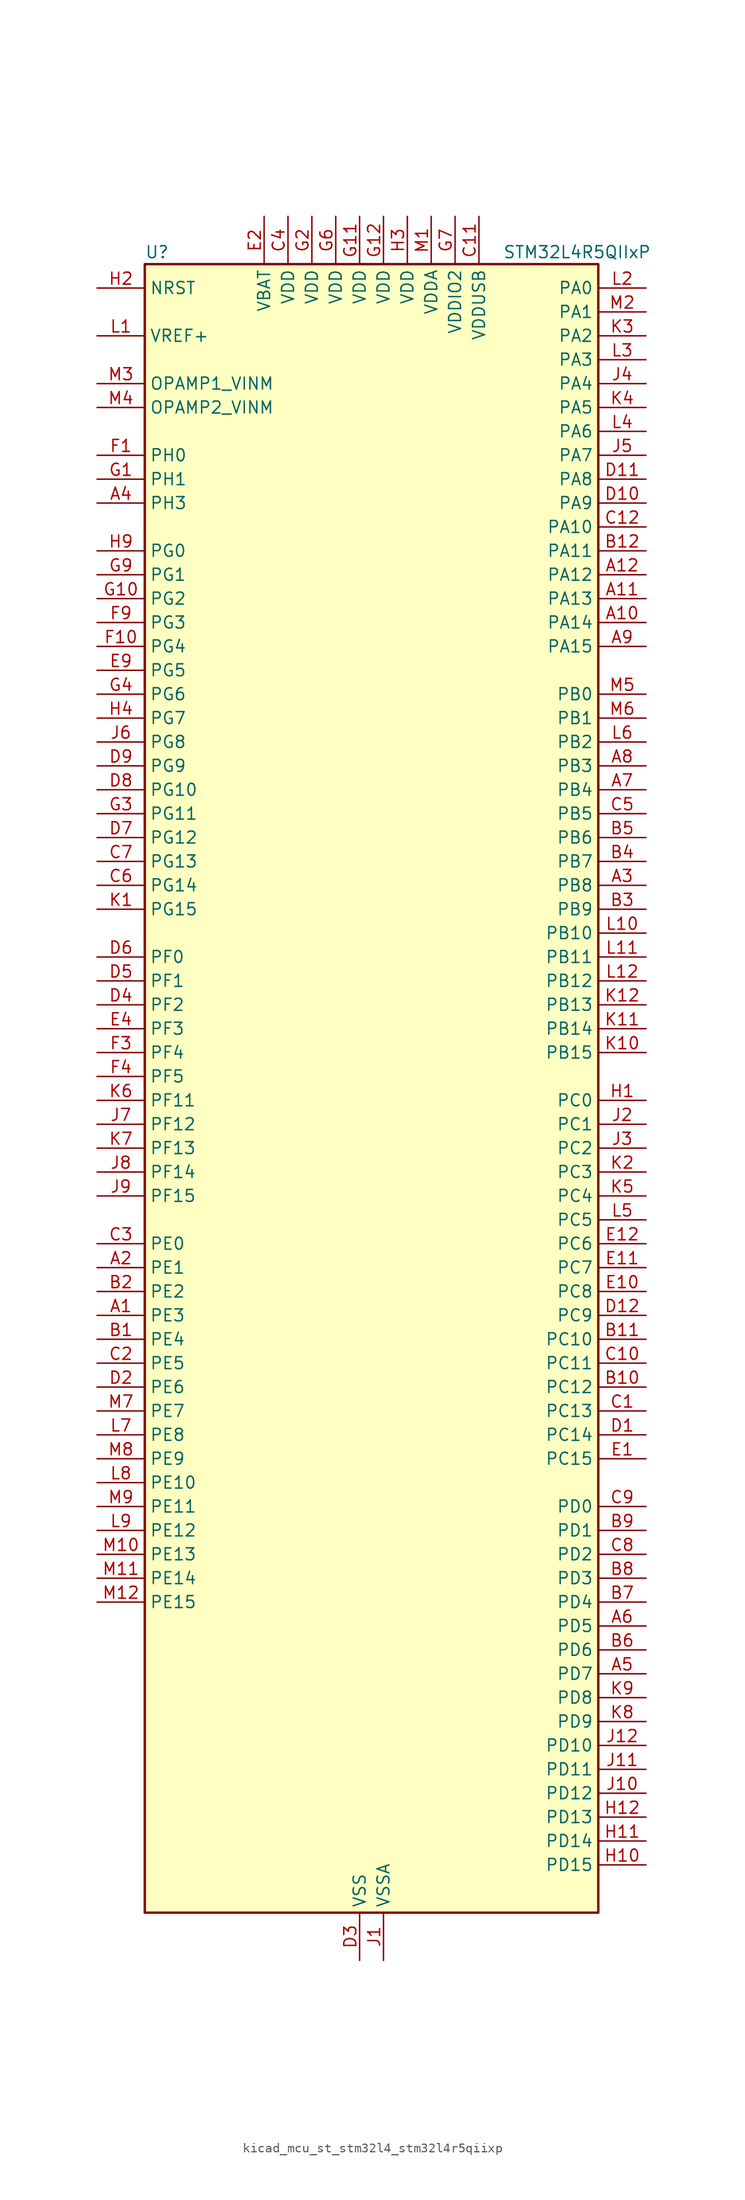
<source format=kicad_sym>
(kicad_symbol_lib
  (version 20220914)
  (generator kicad_symbol_editor)
  (symbol "kicad_mcu_st_stm32l4_stm32l4r5qiixp"
    (property "Reference" "U"
      (at -22.86 90.17 0)
      (effects (font (size 1.27 1.27)) (justify left)))
    (property "Value" "STM32L4R5QIIxP"
      (at 15.24 90.17 0)
      (effects (font (size 1.27 1.27)) (justify left)))
    (property "ki_locked" ""
      (at 0 0 0)
      (effects (font (size 1.27 1.27))))
    (symbol "kicad_mcu_st_stm32l4_stm32l4r5qiixp_0_1"
      (rectangle (start -22.86 -86.36) (end 25.4 88.9) (stroke (width 0.254) (type default)) (fill (type background))))
    (symbol "kicad_mcu_st_stm32l4_stm32l4r5qiixp_1_1"
      (pin bidirectional line (at -27.94 -22.86 0) (length 5.08) (name "PE3" (effects (font (size 1.27 1.27)))) (number "A1" (effects (font (size 1.27 1.27)))) (alternate "FMC_A19" bidirectional line) (alternate "OCTOSPIM_P1_DQS" bidirectional line) (alternate "SAI1_SD_B" bidirectional line) (alternate "SYS_TRACED0" bidirectional line) (alternate "TIM3_CH1" bidirectional line) (alternate "TSC_G7_IO2" bidirectional line))
      (pin bidirectional line (at 30.48 50.8 180) (length 5.08) (name "PA14" (effects (font (size 1.27 1.27)))) (number "A10" (effects (font (size 1.27 1.27)))) (alternate "I2C1_SMBA" bidirectional line) (alternate "I2C4_SMBA" bidirectional line) (alternate "LPTIM1_OUT" bidirectional line) (alternate "SAI1_FS_B" bidirectional line) (alternate "SYS_JTCK-SWCLK" bidirectional line) (alternate "USB_OTG_FS_SOF" bidirectional line))
      (pin bidirectional line (at 30.48 53.34 180) (length 5.08) (name "PA13" (effects (font (size 1.27 1.27)))) (number "A11" (effects (font (size 1.27 1.27)))) (alternate "IR_OUT" bidirectional line) (alternate "SAI1_SD_B" bidirectional line) (alternate "SYS_JTMS-SWDIO" bidirectional line) (alternate "USB_OTG_FS_NOE" bidirectional line))
      (pin bidirectional line (at 30.48 55.88 180) (length 5.08) (name "PA12" (effects (font (size 1.27 1.27)))) (number "A12" (effects (font (size 1.27 1.27)))) (alternate "CAN1_TX" bidirectional line) (alternate "SPI1_MOSI" bidirectional line) (alternate "TIM1_ETR" bidirectional line) (alternate "USART1_DE" bidirectional line) (alternate "USART1_RTS" bidirectional line) (alternate "USB_OTG_FS_DP" bidirectional line))
      (pin bidirectional line (at -27.94 -17.78 0) (length 5.08) (name "PE1" (effects (font (size 1.27 1.27)))) (number "A2" (effects (font (size 1.27 1.27)))) (alternate "DCMI_D3" bidirectional line) (alternate "FMC_NBL1" bidirectional line) (alternate "TIM17_CH1" bidirectional line))
      (pin bidirectional line (at 30.48 22.86 180) (length 5.08) (name "PB8" (effects (font (size 1.27 1.27)))) (number "A3" (effects (font (size 1.27 1.27)))) (alternate "CAN1_RX" bidirectional line) (alternate "DCMI_D6" bidirectional line) (alternate "DFSDM1_CKOUT" bidirectional line) (alternate "DFSDM1_DATIN6" bidirectional line) (alternate "I2C1_SCL" bidirectional line) (alternate "SAI1_CK1" bidirectional line) (alternate "SAI1_MCLK_A" bidirectional line) (alternate "SDMMC1_CKIN" bidirectional line) (alternate "SDMMC1_D4" bidirectional line) (alternate "TIM16_CH1" bidirectional line) (alternate "TIM4_CH3" bidirectional line))
      (pin bidirectional line (at -27.94 63.5 0) (length 5.08) (name "PH3" (effects (font (size 1.27 1.27)))) (number "A4" (effects (font (size 1.27 1.27)))))
      (pin bidirectional line (at 30.48 -60.96 180) (length 5.08) (name "PD7" (effects (font (size 1.27 1.27)))) (number "A5" (effects (font (size 1.27 1.27)))) (alternate "DFSDM1_CKIN1" bidirectional line) (alternate "FMC_NCE" bidirectional line) (alternate "FMC_NE1" bidirectional line) (alternate "OCTOSPIM_P1_IO7" bidirectional line) (alternate "USART2_CK" bidirectional line))
      (pin bidirectional line (at 30.48 -55.88 180) (length 5.08) (name "PD5" (effects (font (size 1.27 1.27)))) (number "A6" (effects (font (size 1.27 1.27)))) (alternate "FMC_NWE" bidirectional line) (alternate "OCTOSPIM_P1_IO5" bidirectional line) (alternate "USART2_TX" bidirectional line))
      (pin bidirectional line (at 30.48 33.02 180) (length 5.08) (name "PB4" (effects (font (size 1.27 1.27)))) (number "A7" (effects (font (size 1.27 1.27)))) (alternate "COMP2_INP" bidirectional line) (alternate "DCMI_D12" bidirectional line) (alternate "I2C3_SDA" bidirectional line) (alternate "SAI1_MCLK_B" bidirectional line) (alternate "SPI1_MISO" bidirectional line) (alternate "SPI3_MISO" bidirectional line) (alternate "SYS_JTRST" bidirectional line) (alternate "TIM17_BKIN" bidirectional line) (alternate "TIM3_CH1" bidirectional line) (alternate "TSC_G2_IO1" bidirectional line) (alternate "UART5_DE" bidirectional line) (alternate "UART5_RTS" bidirectional line) (alternate "USART1_CTS" bidirectional line) (alternate "USART1_NSS" bidirectional line))
      (pin bidirectional line (at 30.48 35.56 180) (length 5.08) (name "PB3" (effects (font (size 1.27 1.27)))) (number "A8" (effects (font (size 1.27 1.27)))) (alternate "COMP2_INM" bidirectional line) (alternate "CRS_SYNC" bidirectional line) (alternate "SAI1_SCK_B" bidirectional line) (alternate "SPI1_SCK" bidirectional line) (alternate "SPI3_SCK" bidirectional line) (alternate "SYS_JTDO-SWO" bidirectional line) (alternate "TIM2_CH2" bidirectional line) (alternate "USART1_DE" bidirectional line) (alternate "USART1_RTS" bidirectional line))
      (pin bidirectional line (at 30.48 48.26 180) (length 5.08) (name "PA15" (effects (font (size 1.27 1.27)))) (number "A9" (effects (font (size 1.27 1.27)))) (alternate "ADC1_EXTI15" bidirectional line) (alternate "SAI2_FS_B" bidirectional line) (alternate "SPI1_NSS" bidirectional line) (alternate "SPI3_NSS" bidirectional line) (alternate "SYS_JTDI" bidirectional line) (alternate "TIM2_CH1" bidirectional line) (alternate "TIM2_ETR" bidirectional line) (alternate "TSC_G3_IO1" bidirectional line) (alternate "UART4_DE" bidirectional line) (alternate "UART4_RTS" bidirectional line) (alternate "USART2_RX" bidirectional line) (alternate "USART3_DE" bidirectional line) (alternate "USART3_RTS" bidirectional line))
      (pin bidirectional line (at -27.94 -25.4 0) (length 5.08) (name "PE4" (effects (font (size 1.27 1.27)))) (number "B1" (effects (font (size 1.27 1.27)))) (alternate "DCMI_D4" bidirectional line) (alternate "DFSDM1_DATIN3" bidirectional line) (alternate "FMC_A20" bidirectional line) (alternate "SAI1_D2" bidirectional line) (alternate "SAI1_FS_A" bidirectional line) (alternate "SYS_TRACED1" bidirectional line) (alternate "TIM3_CH2" bidirectional line) (alternate "TSC_G7_IO3" bidirectional line))
      (pin bidirectional line (at 30.48 -30.48 180) (length 5.08) (name "PC12" (effects (font (size 1.27 1.27)))) (number "B10" (effects (font (size 1.27 1.27)))) (alternate "DCMI_D9" bidirectional line) (alternate "SAI2_SD_B" bidirectional line) (alternate "SDMMC1_CK" bidirectional line) (alternate "SPI3_MOSI" bidirectional line) (alternate "SYS_TRACED3" bidirectional line) (alternate "TSC_G3_IO4" bidirectional line) (alternate "UART5_TX" bidirectional line) (alternate "USART3_CK" bidirectional line))
      (pin bidirectional line (at 30.48 -25.4 180) (length 5.08) (name "PC10" (effects (font (size 1.27 1.27)))) (number "B11" (effects (font (size 1.27 1.27)))) (alternate "DCMI_D8" bidirectional line) (alternate "SAI2_SCK_B" bidirectional line) (alternate "SDMMC1_D2" bidirectional line) (alternate "SPI3_SCK" bidirectional line) (alternate "SYS_TRACED1" bidirectional line) (alternate "TSC_G3_IO2" bidirectional line) (alternate "UART4_TX" bidirectional line) (alternate "USART3_TX" bidirectional line))
      (pin bidirectional line (at 30.48 58.42 180) (length 5.08) (name "PA11" (effects (font (size 1.27 1.27)))) (number "B12" (effects (font (size 1.27 1.27)))) (alternate "ADC1_EXTI11" bidirectional line) (alternate "CAN1_RX" bidirectional line) (alternate "SPI1_MISO" bidirectional line) (alternate "TIM1_BKIN2" bidirectional line) (alternate "TIM1_CH4" bidirectional line) (alternate "USART1_CTS" bidirectional line) (alternate "USART1_NSS" bidirectional line) (alternate "USB_OTG_FS_DM" bidirectional line))
      (pin bidirectional line (at -27.94 -20.32 0) (length 5.08) (name "PE2" (effects (font (size 1.27 1.27)))) (number "B2" (effects (font (size 1.27 1.27)))) (alternate "FMC_A23" bidirectional line) (alternate "SAI1_CK1" bidirectional line) (alternate "SAI1_MCLK_A" bidirectional line) (alternate "SYS_TRACECLK" bidirectional line) (alternate "TIM3_ETR" bidirectional line) (alternate "TSC_G7_IO1" bidirectional line))
      (pin bidirectional line (at 30.48 20.32 180) (length 5.08) (name "PB9" (effects (font (size 1.27 1.27)))) (number "B3" (effects (font (size 1.27 1.27)))) (alternate "CAN1_TX" bidirectional line) (alternate "DAC1_EXTI9" bidirectional line) (alternate "DCMI_D7" bidirectional line) (alternate "DFSDM1_CKIN6" bidirectional line) (alternate "I2C1_SDA" bidirectional line) (alternate "IR_OUT" bidirectional line) (alternate "SAI1_D2" bidirectional line) (alternate "SAI1_FS_A" bidirectional line) (alternate "SDMMC1_CDIR" bidirectional line) (alternate "SDMMC1_D5" bidirectional line) (alternate "SPI2_NSS" bidirectional line) (alternate "TIM17_CH1" bidirectional line) (alternate "TIM4_CH4" bidirectional line))
      (pin bidirectional line (at 30.48 25.4 180) (length 5.08) (name "PB7" (effects (font (size 1.27 1.27)))) (number "B4" (effects (font (size 1.27 1.27)))) (alternate "COMP2_INM" bidirectional line) (alternate "DCMI_VSYNC" bidirectional line) (alternate "DFSDM1_CKIN5" bidirectional line) (alternate "FMC_NL" bidirectional line) (alternate "I2C1_SDA" bidirectional line) (alternate "I2C4_SDA" bidirectional line) (alternate "LPTIM1_IN2" bidirectional line) (alternate "SYS_PVD_IN" bidirectional line) (alternate "TIM17_CH1N" bidirectional line) (alternate "TIM4_CH2" bidirectional line) (alternate "TIM8_BKIN" bidirectional line) (alternate "TSC_G2_IO4" bidirectional line) (alternate "UART4_CTS" bidirectional line) (alternate "USART1_RX" bidirectional line))
      (pin bidirectional line (at 30.48 27.94 180) (length 5.08) (name "PB6" (effects (font (size 1.27 1.27)))) (number "B5" (effects (font (size 1.27 1.27)))) (alternate "COMP2_INP" bidirectional line) (alternate "DCMI_D5" bidirectional line) (alternate "DFSDM1_DATIN5" bidirectional line) (alternate "I2C1_SCL" bidirectional line) (alternate "I2C4_SCL" bidirectional line) (alternate "LPTIM1_ETR" bidirectional line) (alternate "SAI1_FS_B" bidirectional line) (alternate "TIM16_CH1N" bidirectional line) (alternate "TIM4_CH1" bidirectional line) (alternate "TIM8_BKIN2" bidirectional line) (alternate "TSC_G2_IO3" bidirectional line) (alternate "USART1_TX" bidirectional line))
      (pin bidirectional line (at 30.48 -58.42 180) (length 5.08) (name "PD6" (effects (font (size 1.27 1.27)))) (number "B6" (effects (font (size 1.27 1.27)))) (alternate "DCMI_D10" bidirectional line) (alternate "DFSDM1_DATIN1" bidirectional line) (alternate "FMC_NWAIT" bidirectional line) (alternate "OCTOSPIM_P1_IO6" bidirectional line) (alternate "SAI1_D1" bidirectional line) (alternate "SAI1_SD_A" bidirectional line) (alternate "SPI3_MOSI" bidirectional line) (alternate "USART2_RX" bidirectional line))
      (pin bidirectional line (at 30.48 -53.34 180) (length 5.08) (name "PD4" (effects (font (size 1.27 1.27)))) (number "B7" (effects (font (size 1.27 1.27)))) (alternate "DFSDM1_CKIN0" bidirectional line) (alternate "FMC_NOE" bidirectional line) (alternate "OCTOSPIM_P1_IO4" bidirectional line) (alternate "SPI2_MOSI" bidirectional line) (alternate "USART2_DE" bidirectional line) (alternate "USART2_RTS" bidirectional line))
      (pin bidirectional line (at 30.48 -50.8 180) (length 5.08) (name "PD3" (effects (font (size 1.27 1.27)))) (number "B8" (effects (font (size 1.27 1.27)))) (alternate "DCMI_D5" bidirectional line) (alternate "DFSDM1_DATIN0" bidirectional line) (alternate "FMC_CLK" bidirectional line) (alternate "OCTOSPIM_P2_NCS" bidirectional line) (alternate "SPI2_MISO" bidirectional line) (alternate "SPI2_SCK" bidirectional line) (alternate "USART2_CTS" bidirectional line) (alternate "USART2_NSS" bidirectional line))
      (pin bidirectional line (at 30.48 -45.72 180) (length 5.08) (name "PD1" (effects (font (size 1.27 1.27)))) (number "B9" (effects (font (size 1.27 1.27)))) (alternate "CAN1_TX" bidirectional line) (alternate "DFSDM1_CKIN7" bidirectional line) (alternate "FMC_D3" bidirectional line) (alternate "FMC_DA3" bidirectional line) (alternate "SPI2_SCK" bidirectional line))
      (pin bidirectional line (at 30.48 -33.02 180) (length 5.08) (name "PC13" (effects (font (size 1.27 1.27)))) (number "C1" (effects (font (size 1.27 1.27)))) (alternate "RTC_OUT_ALARM" bidirectional line) (alternate "RTC_OUT_CALIB" bidirectional line) (alternate "RTC_TAMP1" bidirectional line) (alternate "RTC_TS" bidirectional line) (alternate "SYS_WKUP2" bidirectional line))
      (pin bidirectional line (at 30.48 -27.94 180) (length 5.08) (name "PC11" (effects (font (size 1.27 1.27)))) (number "C10" (effects (font (size 1.27 1.27)))) (alternate "ADC1_EXTI11" bidirectional line) (alternate "DCMI_D2" bidirectional line) (alternate "DCMI_D4" bidirectional line) (alternate "OCTOSPIM_P1_NCS" bidirectional line) (alternate "SAI2_MCLK_B" bidirectional line) (alternate "SDMMC1_D3" bidirectional line) (alternate "SPI3_MISO" bidirectional line) (alternate "TSC_G3_IO3" bidirectional line) (alternate "UART4_RX" bidirectional line) (alternate "USART3_RX" bidirectional line))
      (pin power_in line (at 12.7 93.98 270) (length 5.08) (name "VDDUSB" (effects (font (size 1.27 1.27)))) (number "C11" (effects (font (size 1.27 1.27)))))
      (pin bidirectional line (at 30.48 60.96 180) (length 5.08) (name "PA10" (effects (font (size 1.27 1.27)))) (number "C12" (effects (font (size 1.27 1.27)))) (alternate "DCMI_D1" bidirectional line) (alternate "SAI1_D1" bidirectional line) (alternate "SAI1_SD_A" bidirectional line) (alternate "TIM17_BKIN" bidirectional line) (alternate "TIM1_CH3" bidirectional line) (alternate "USART1_RX" bidirectional line) (alternate "USB_OTG_FS_ID" bidirectional line))
      (pin bidirectional line (at -27.94 -27.94 0) (length 5.08) (name "PE5" (effects (font (size 1.27 1.27)))) (number "C2" (effects (font (size 1.27 1.27)))) (alternate "DCMI_D6" bidirectional line) (alternate "DFSDM1_CKIN3" bidirectional line) (alternate "FMC_A21" bidirectional line) (alternate "SAI1_CK2" bidirectional line) (alternate "SAI1_SCK_A" bidirectional line) (alternate "SYS_TRACED2" bidirectional line) (alternate "TIM3_CH3" bidirectional line) (alternate "TSC_G7_IO4" bidirectional line))
      (pin bidirectional line (at -27.94 -15.24 0) (length 5.08) (name "PE0" (effects (font (size 1.27 1.27)))) (number "C3" (effects (font (size 1.27 1.27)))) (alternate "DCMI_D2" bidirectional line) (alternate "FMC_NBL0" bidirectional line) (alternate "TIM16_CH1" bidirectional line) (alternate "TIM4_ETR" bidirectional line))
      (pin power_in line (at -7.62 93.98 270) (length 5.08) (name "VDD" (effects (font (size 1.27 1.27)))) (number "C4" (effects (font (size 1.27 1.27)))))
      (pin bidirectional line (at 30.48 30.48 180) (length 5.08) (name "PB5" (effects (font (size 1.27 1.27)))) (number "C5" (effects (font (size 1.27 1.27)))) (alternate "COMP2_OUT" bidirectional line) (alternate "DCMI_D10" bidirectional line) (alternate "I2C1_SMBA" bidirectional line) (alternate "LPTIM1_IN1" bidirectional line) (alternate "SAI1_SD_B" bidirectional line) (alternate "SPI1_MOSI" bidirectional line) (alternate "SPI3_MOSI" bidirectional line) (alternate "TIM16_BKIN" bidirectional line) (alternate "TIM3_CH2" bidirectional line) (alternate "TSC_G2_IO2" bidirectional line) (alternate "UART5_CTS" bidirectional line) (alternate "USART1_CK" bidirectional line))
      (pin bidirectional line (at -27.94 22.86 0) (length 5.08) (name "PG14" (effects (font (size 1.27 1.27)))) (number "C6" (effects (font (size 1.27 1.27)))) (alternate "FMC_A25" bidirectional line) (alternate "I2C1_SCL" bidirectional line))
      (pin bidirectional line (at -27.94 25.4 0) (length 5.08) (name "PG13" (effects (font (size 1.27 1.27)))) (number "C7" (effects (font (size 1.27 1.27)))) (alternate "FMC_A24" bidirectional line) (alternate "I2C1_SDA" bidirectional line) (alternate "USART1_CK" bidirectional line))
      (pin bidirectional line (at 30.48 -48.26 180) (length 5.08) (name "PD2" (effects (font (size 1.27 1.27)))) (number "C8" (effects (font (size 1.27 1.27)))) (alternate "DCMI_D11" bidirectional line) (alternate "SDMMC1_CMD" bidirectional line) (alternate "SYS_TRACED2" bidirectional line) (alternate "TIM3_ETR" bidirectional line) (alternate "TSC_SYNC" bidirectional line) (alternate "UART5_RX" bidirectional line) (alternate "USART3_DE" bidirectional line) (alternate "USART3_RTS" bidirectional line))
      (pin bidirectional line (at 30.48 -43.18 180) (length 5.08) (name "PD0" (effects (font (size 1.27 1.27)))) (number "C9" (effects (font (size 1.27 1.27)))) (alternate "CAN1_RX" bidirectional line) (alternate "DFSDM1_DATIN7" bidirectional line) (alternate "FMC_D2" bidirectional line) (alternate "FMC_DA2" bidirectional line) (alternate "SPI2_NSS" bidirectional line))
      (pin bidirectional line (at 30.48 -35.56 180) (length 5.08) (name "PC14" (effects (font (size 1.27 1.27)))) (number "D1" (effects (font (size 1.27 1.27)))) (alternate "RCC_OSC32_IN" bidirectional line))
      (pin bidirectional line (at 30.48 63.5 180) (length 5.08) (name "PA9" (effects (font (size 1.27 1.27)))) (number "D10" (effects (font (size 1.27 1.27)))) (alternate "DAC1_EXTI9" bidirectional line) (alternate "DCMI_D0" bidirectional line) (alternate "SAI1_FS_A" bidirectional line) (alternate "SPI2_SCK" bidirectional line) (alternate "TIM15_BKIN" bidirectional line) (alternate "TIM1_CH2" bidirectional line) (alternate "USART1_TX" bidirectional line) (alternate "USB_OTG_FS_VBUS" bidirectional line))
      (pin bidirectional line (at 30.48 66.04 180) (length 5.08) (name "PA8" (effects (font (size 1.27 1.27)))) (number "D11" (effects (font (size 1.27 1.27)))) (alternate "LPTIM2_OUT" bidirectional line) (alternate "RCC_MCO" bidirectional line) (alternate "SAI1_CK2" bidirectional line) (alternate "SAI1_SCK_A" bidirectional line) (alternate "TIM1_CH1" bidirectional line) (alternate "USART1_CK" bidirectional line) (alternate "USB_OTG_FS_SOF" bidirectional line))
      (pin bidirectional line (at 30.48 -22.86 180) (length 5.08) (name "PC9" (effects (font (size 1.27 1.27)))) (number "D12" (effects (font (size 1.27 1.27)))) (alternate "DAC1_EXTI9" bidirectional line) (alternate "DCMI_D3" bidirectional line) (alternate "I2C3_SDA" bidirectional line) (alternate "SAI2_EXTCLK" bidirectional line) (alternate "SDMMC1_D1" bidirectional line) (alternate "SYS_TRACED0" bidirectional line) (alternate "TIM3_CH4" bidirectional line) (alternate "TIM8_BKIN2" bidirectional line) (alternate "TIM8_CH4" bidirectional line) (alternate "TSC_G4_IO4" bidirectional line) (alternate "USB_OTG_FS_NOE" bidirectional line))
      (pin bidirectional line (at -27.94 -30.48 0) (length 5.08) (name "PE6" (effects (font (size 1.27 1.27)))) (number "D2" (effects (font (size 1.27 1.27)))) (alternate "DCMI_D7" bidirectional line) (alternate "FMC_A22" bidirectional line) (alternate "RTC_TAMP3" bidirectional line) (alternate "SAI1_D1" bidirectional line) (alternate "SAI1_SD_A" bidirectional line) (alternate "SYS_TRACED3" bidirectional line) (alternate "SYS_WKUP3" bidirectional line) (alternate "TIM3_CH4" bidirectional line))
      (pin power_in line (at 0 -91.44 90) (length 5.08) (name "VSS" (effects (font (size 1.27 1.27)))) (number "D3" (effects (font (size 1.27 1.27)))))
      (pin bidirectional line (at -27.94 10.16 0) (length 5.08) (name "PF2" (effects (font (size 1.27 1.27)))) (number "D4" (effects (font (size 1.27 1.27)))) (alternate "FMC_A2" bidirectional line) (alternate "I2C2_SMBA" bidirectional line) (alternate "OCTOSPIM_P2_IO2" bidirectional line))
      (pin bidirectional line (at -27.94 12.7 0) (length 5.08) (name "PF1" (effects (font (size 1.27 1.27)))) (number "D5" (effects (font (size 1.27 1.27)))) (alternate "FMC_A1" bidirectional line) (alternate "I2C2_SCL" bidirectional line) (alternate "OCTOSPIM_P2_IO1" bidirectional line))
      (pin bidirectional line (at -27.94 15.24 0) (length 5.08) (name "PF0" (effects (font (size 1.27 1.27)))) (number "D6" (effects (font (size 1.27 1.27)))) (alternate "FMC_A0" bidirectional line) (alternate "I2C2_SDA" bidirectional line) (alternate "OCTOSPIM_P2_IO0" bidirectional line))
      (pin bidirectional line (at -27.94 27.94 0) (length 5.08) (name "PG12" (effects (font (size 1.27 1.27)))) (number "D7" (effects (font (size 1.27 1.27)))) (alternate "FMC_NE4" bidirectional line) (alternate "LPTIM1_ETR" bidirectional line) (alternate "OCTOSPIM_P2_NCS" bidirectional line) (alternate "SAI2_SD_A" bidirectional line) (alternate "SPI3_NSS" bidirectional line) (alternate "USART1_DE" bidirectional line) (alternate "USART1_RTS" bidirectional line))
      (pin bidirectional line (at -27.94 33.02 0) (length 5.08) (name "PG10" (effects (font (size 1.27 1.27)))) (number "D8" (effects (font (size 1.27 1.27)))) (alternate "FMC_NE3" bidirectional line) (alternate "LPTIM1_IN1" bidirectional line) (alternate "OCTOSPIM_P2_IO7" bidirectional line) (alternate "SAI2_FS_A" bidirectional line) (alternate "SPI3_MISO" bidirectional line) (alternate "TIM15_CH1" bidirectional line) (alternate "USART1_RX" bidirectional line))
      (pin bidirectional line (at -27.94 35.56 0) (length 5.08) (name "PG9" (effects (font (size 1.27 1.27)))) (number "D9" (effects (font (size 1.27 1.27)))) (alternate "DAC1_EXTI9" bidirectional line) (alternate "FMC_NCE" bidirectional line) (alternate "FMC_NE2" bidirectional line) (alternate "OCTOSPIM_P2_IO6" bidirectional line) (alternate "SAI2_SCK_A" bidirectional line) (alternate "SPI3_SCK" bidirectional line) (alternate "TIM15_CH1N" bidirectional line) (alternate "USART1_TX" bidirectional line))
      (pin bidirectional line (at 30.48 -38.1 180) (length 5.08) (name "PC15" (effects (font (size 1.27 1.27)))) (number "E1" (effects (font (size 1.27 1.27)))) (alternate "ADC1_EXTI15" bidirectional line) (alternate "RCC_OSC32_OUT" bidirectional line))
      (pin bidirectional line (at 30.48 -20.32 180) (length 5.08) (name "PC8" (effects (font (size 1.27 1.27)))) (number "E10" (effects (font (size 1.27 1.27)))) (alternate "DCMI_D2" bidirectional line) (alternate "SDMMC1_D0" bidirectional line) (alternate "TIM3_CH3" bidirectional line) (alternate "TIM8_CH3" bidirectional line) (alternate "TSC_G4_IO3" bidirectional line))
      (pin bidirectional line (at 30.48 -17.78 180) (length 5.08) (name "PC7" (effects (font (size 1.27 1.27)))) (number "E11" (effects (font (size 1.27 1.27)))) (alternate "DCMI_D1" bidirectional line) (alternate "DFSDM1_DATIN3" bidirectional line) (alternate "SAI2_MCLK_B" bidirectional line) (alternate "SDMMC1_D123DIR" bidirectional line) (alternate "SDMMC1_D7" bidirectional line) (alternate "TIM3_CH2" bidirectional line) (alternate "TIM8_CH2" bidirectional line) (alternate "TSC_G4_IO2" bidirectional line))
      (pin bidirectional line (at 30.48 -15.24 180) (length 5.08) (name "PC6" (effects (font (size 1.27 1.27)))) (number "E12" (effects (font (size 1.27 1.27)))) (alternate "DCMI_D0" bidirectional line) (alternate "DFSDM1_CKIN3" bidirectional line) (alternate "SAI2_MCLK_A" bidirectional line) (alternate "SDMMC1_D0DIR" bidirectional line) (alternate "SDMMC1_D6" bidirectional line) (alternate "TIM3_CH1" bidirectional line) (alternate "TIM8_CH1" bidirectional line) (alternate "TSC_G4_IO1" bidirectional line))
      (pin power_in line (at -10.16 93.98 270) (length 5.08) (name "VBAT" (effects (font (size 1.27 1.27)))) (number "E2" (effects (font (size 1.27 1.27)))))
      (pin passive line (at 0 -91.44 90) (length 5.08) hide (name "VSS" (effects (font (size 1.27 1.27)))) (number "E3" (effects (font (size 1.27 1.27)))))
      (pin bidirectional line (at -27.94 7.62 0) (length 5.08) (name "PF3" (effects (font (size 1.27 1.27)))) (number "E4" (effects (font (size 1.27 1.27)))) (alternate "FMC_A3" bidirectional line) (alternate "OCTOSPIM_P2_IO3" bidirectional line))
      (pin bidirectional line (at -27.94 45.72 0) (length 5.08) (name "PG5" (effects (font (size 1.27 1.27)))) (number "E9" (effects (font (size 1.27 1.27)))) (alternate "FMC_A15" bidirectional line) (alternate "LPUART1_CTS" bidirectional line) (alternate "SAI2_SD_B" bidirectional line) (alternate "SPI1_NSS" bidirectional line))
      (pin bidirectional line (at -27.94 68.58 0) (length 5.08) (name "PH0" (effects (font (size 1.27 1.27)))) (number "F1" (effects (font (size 1.27 1.27)))) (alternate "RCC_OSC_IN" bidirectional line))
      (pin bidirectional line (at -27.94 48.26 0) (length 5.08) (name "PG4" (effects (font (size 1.27 1.27)))) (number "F10" (effects (font (size 1.27 1.27)))) (alternate "FMC_A14" bidirectional line) (alternate "SAI2_MCLK_B" bidirectional line) (alternate "SPI1_MOSI" bidirectional line))
      (pin passive line (at 0 -91.44 90) (length 5.08) hide (name "VSS" (effects (font (size 1.27 1.27)))) (number "F11" (effects (font (size 1.27 1.27)))))
      (pin passive line (at 0 -91.44 90) (length 5.08) hide (name "VSS" (effects (font (size 1.27 1.27)))) (number "F12" (effects (font (size 1.27 1.27)))))
      (pin passive line (at 0 -91.44 90) (length 5.08) hide (name "VSS" (effects (font (size 1.27 1.27)))) (number "F2" (effects (font (size 1.27 1.27)))))
      (pin bidirectional line (at -27.94 5.08 0) (length 5.08) (name "PF4" (effects (font (size 1.27 1.27)))) (number "F3" (effects (font (size 1.27 1.27)))) (alternate "FMC_A4" bidirectional line) (alternate "OCTOSPIM_P2_CLK" bidirectional line))
      (pin bidirectional line (at -27.94 2.54 0) (length 5.08) (name "PF5" (effects (font (size 1.27 1.27)))) (number "F4" (effects (font (size 1.27 1.27)))) (alternate "FMC_A5" bidirectional line))
      (pin passive line (at 0 -91.44 90) (length 5.08) hide (name "VSS" (effects (font (size 1.27 1.27)))) (number "F6" (effects (font (size 1.27 1.27)))))
      (pin passive line (at 0 -91.44 90) (length 5.08) hide (name "VSS" (effects (font (size 1.27 1.27)))) (number "F7" (effects (font (size 1.27 1.27)))))
      (pin bidirectional line (at -27.94 50.8 0) (length 5.08) (name "PG3" (effects (font (size 1.27 1.27)))) (number "F9" (effects (font (size 1.27 1.27)))) (alternate "FMC_A13" bidirectional line) (alternate "SAI2_FS_B" bidirectional line) (alternate "SPI1_MISO" bidirectional line))
      (pin bidirectional line (at -27.94 66.04 0) (length 5.08) (name "PH1" (effects (font (size 1.27 1.27)))) (number "G1" (effects (font (size 1.27 1.27)))) (alternate "RCC_OSC_OUT" bidirectional line))
      (pin bidirectional line (at -27.94 53.34 0) (length 5.08) (name "PG2" (effects (font (size 1.27 1.27)))) (number "G10" (effects (font (size 1.27 1.27)))) (alternate "FMC_A12" bidirectional line) (alternate "SAI2_SCK_B" bidirectional line) (alternate "SPI1_SCK" bidirectional line))
      (pin power_in line (at 0 93.98 270) (length 5.08) (name "VDD" (effects (font (size 1.27 1.27)))) (number "G11" (effects (font (size 1.27 1.27)))))
      (pin power_in line (at 2.54 93.98 270) (length 5.08) (name "VDD" (effects (font (size 1.27 1.27)))) (number "G12" (effects (font (size 1.27 1.27)))))
      (pin power_in line (at -5.08 93.98 270) (length 5.08) (name "VDD" (effects (font (size 1.27 1.27)))) (number "G2" (effects (font (size 1.27 1.27)))))
      (pin bidirectional line (at -27.94 30.48 0) (length 5.08) (name "PG11" (effects (font (size 1.27 1.27)))) (number "G3" (effects (font (size 1.27 1.27)))) (alternate "ADC1_EXTI11" bidirectional line) (alternate "LPTIM1_IN2" bidirectional line) (alternate "OCTOSPIM_P1_IO5" bidirectional line) (alternate "SAI2_MCLK_A" bidirectional line) (alternate "SPI3_MOSI" bidirectional line) (alternate "TIM15_CH2" bidirectional line) (alternate "USART1_CTS" bidirectional line) (alternate "USART1_NSS" bidirectional line))
      (pin bidirectional line (at -27.94 43.18 0) (length 5.08) (name "PG6" (effects (font (size 1.27 1.27)))) (number "G4" (effects (font (size 1.27 1.27)))) (alternate "I2C3_SMBA" bidirectional line) (alternate "LPUART1_DE" bidirectional line) (alternate "LPUART1_RTS" bidirectional line) (alternate "OCTOSPIM_P1_DQS" bidirectional line))
      (pin power_in line (at -2.54 93.98 270) (length 5.08) (name "VDD" (effects (font (size 1.27 1.27)))) (number "G6" (effects (font (size 1.27 1.27)))))
      (pin power_in line (at 10.16 93.98 270) (length 5.08) (name "VDDIO2" (effects (font (size 1.27 1.27)))) (number "G7" (effects (font (size 1.27 1.27)))))
      (pin bidirectional line (at -27.94 55.88 0) (length 5.08) (name "PG1" (effects (font (size 1.27 1.27)))) (number "G9" (effects (font (size 1.27 1.27)))) (alternate "FMC_A11" bidirectional line) (alternate "OCTOSPIM_P2_IO5" bidirectional line) (alternate "TSC_G8_IO4" bidirectional line))
      (pin bidirectional line (at 30.48 0 180) (length 5.08) (name "PC0" (effects (font (size 1.27 1.27)))) (number "H1" (effects (font (size 1.27 1.27)))) (alternate "ADC1_IN1" bidirectional line) (alternate "DFSDM1_DATIN4" bidirectional line) (alternate "I2C3_SCL" bidirectional line) (alternate "LPTIM1_IN1" bidirectional line) (alternate "LPTIM2_IN1" bidirectional line) (alternate "LPUART1_RX" bidirectional line) (alternate "SAI2_FS_A" bidirectional line))
      (pin bidirectional line (at 30.48 -81.28 180) (length 5.08) (name "PD15" (effects (font (size 1.27 1.27)))) (number "H10" (effects (font (size 1.27 1.27)))) (alternate "ADC1_EXTI15" bidirectional line) (alternate "FMC_D1" bidirectional line) (alternate "FMC_DA1" bidirectional line) (alternate "TIM4_CH4" bidirectional line))
      (pin bidirectional line (at 30.48 -78.74 180) (length 5.08) (name "PD14" (effects (font (size 1.27 1.27)))) (number "H11" (effects (font (size 1.27 1.27)))) (alternate "FMC_D0" bidirectional line) (alternate "FMC_DA0" bidirectional line) (alternate "TIM4_CH3" bidirectional line))
      (pin bidirectional line (at 30.48 -76.2 180) (length 5.08) (name "PD13" (effects (font (size 1.27 1.27)))) (number "H12" (effects (font (size 1.27 1.27)))) (alternate "FMC_A18" bidirectional line) (alternate "I2C4_SDA" bidirectional line) (alternate "LPTIM2_OUT" bidirectional line) (alternate "TIM4_CH2" bidirectional line) (alternate "TSC_G6_IO4" bidirectional line))
      (pin input line (at -27.94 86.36 0) (length 5.08) (name "NRST" (effects (font (size 1.27 1.27)))) (number "H2" (effects (font (size 1.27 1.27)))))
      (pin power_in line (at 5.08 93.98 270) (length 5.08) (name "VDD" (effects (font (size 1.27 1.27)))) (number "H3" (effects (font (size 1.27 1.27)))))
      (pin bidirectional line (at -27.94 40.64 0) (length 5.08) (name "PG7" (effects (font (size 1.27 1.27)))) (number "H4" (effects (font (size 1.27 1.27)))) (alternate "DFSDM1_CKOUT" bidirectional line) (alternate "FMC_INT" bidirectional line) (alternate "I2C3_SCL" bidirectional line) (alternate "LPUART1_TX" bidirectional line) (alternate "OCTOSPIM_P2_DQS" bidirectional line) (alternate "SAI1_CK1" bidirectional line) (alternate "SAI1_MCLK_A" bidirectional line))
      (pin bidirectional line (at -27.94 58.42 0) (length 5.08) (name "PG0" (effects (font (size 1.27 1.27)))) (number "H9" (effects (font (size 1.27 1.27)))) (alternate "FMC_A10" bidirectional line) (alternate "OCTOSPIM_P2_IO4" bidirectional line) (alternate "TSC_G8_IO3" bidirectional line))
      (pin power_in line (at 2.54 -91.44 90) (length 5.08) (name "VSSA" (effects (font (size 1.27 1.27)))) (number "J1" (effects (font (size 1.27 1.27)))))
      (pin bidirectional line (at 30.48 -73.66 180) (length 5.08) (name "PD12" (effects (font (size 1.27 1.27)))) (number "J10" (effects (font (size 1.27 1.27)))) (alternate "FMC_A17" bidirectional line) (alternate "FMC_ALE" bidirectional line) (alternate "I2C4_SCL" bidirectional line) (alternate "LPTIM2_IN1" bidirectional line) (alternate "SAI2_FS_A" bidirectional line) (alternate "TIM4_CH1" bidirectional line) (alternate "TSC_G6_IO3" bidirectional line) (alternate "USART3_DE" bidirectional line) (alternate "USART3_RTS" bidirectional line))
      (pin bidirectional line (at 30.48 -71.12 180) (length 5.08) (name "PD11" (effects (font (size 1.27 1.27)))) (number "J11" (effects (font (size 1.27 1.27)))) (alternate "ADC1_EXTI11" bidirectional line) (alternate "FMC_A16" bidirectional line) (alternate "FMC_CLE" bidirectional line) (alternate "I2C4_SMBA" bidirectional line) (alternate "LPTIM2_ETR" bidirectional line) (alternate "SAI2_SD_A" bidirectional line) (alternate "TSC_G6_IO2" bidirectional line) (alternate "USART3_CTS" bidirectional line) (alternate "USART3_NSS" bidirectional line))
      (pin bidirectional line (at 30.48 -68.58 180) (length 5.08) (name "PD10" (effects (font (size 1.27 1.27)))) (number "J12" (effects (font (size 1.27 1.27)))) (alternate "FMC_D15" bidirectional line) (alternate "FMC_DA15" bidirectional line) (alternate "SAI2_SCK_A" bidirectional line) (alternate "TSC_G6_IO1" bidirectional line) (alternate "USART3_CK" bidirectional line))
      (pin bidirectional line (at 30.48 -2.54 180) (length 5.08) (name "PC1" (effects (font (size 1.27 1.27)))) (number "J2" (effects (font (size 1.27 1.27)))) (alternate "ADC1_IN2" bidirectional line) (alternate "DFSDM1_CKIN4" bidirectional line) (alternate "I2C3_SDA" bidirectional line) (alternate "LPTIM1_OUT" bidirectional line) (alternate "LPUART1_TX" bidirectional line) (alternate "OCTOSPIM_P1_IO4" bidirectional line) (alternate "SAI1_SD_A" bidirectional line) (alternate "SPI2_MOSI" bidirectional line) (alternate "SYS_TRACED0" bidirectional line))
      (pin bidirectional line (at 30.48 -5.08 180) (length 5.08) (name "PC2" (effects (font (size 1.27 1.27)))) (number "J3" (effects (font (size 1.27 1.27)))) (alternate "ADC1_IN3" bidirectional line) (alternate "DFSDM1_CKOUT" bidirectional line) (alternate "LPTIM1_IN2" bidirectional line) (alternate "OCTOSPIM_P1_IO5" bidirectional line) (alternate "SPI2_MISO" bidirectional line))
      (pin bidirectional line (at 30.48 76.2 180) (length 5.08) (name "PA4" (effects (font (size 1.27 1.27)))) (number "J4" (effects (font (size 1.27 1.27)))) (alternate "ADC1_IN9" bidirectional line) (alternate "DAC1_OUT1" bidirectional line) (alternate "DCMI_HSYNC" bidirectional line) (alternate "LPTIM2_OUT" bidirectional line) (alternate "OCTOSPIM_P1_NCS" bidirectional line) (alternate "SAI1_FS_B" bidirectional line) (alternate "SPI1_NSS" bidirectional line) (alternate "SPI3_NSS" bidirectional line) (alternate "USART2_CK" bidirectional line))
      (pin bidirectional line (at 30.48 68.58 180) (length 5.08) (name "PA7" (effects (font (size 1.27 1.27)))) (number "J5" (effects (font (size 1.27 1.27)))) (alternate "ADC1_IN12" bidirectional line) (alternate "I2C3_SCL" bidirectional line) (alternate "OCTOSPIM_P1_IO2" bidirectional line) (alternate "OPAMP2_VINM" bidirectional line) (alternate "SPI1_MOSI" bidirectional line) (alternate "TIM17_CH1" bidirectional line) (alternate "TIM1_CH1N" bidirectional line) (alternate "TIM3_CH2" bidirectional line) (alternate "TIM8_CH1N" bidirectional line))
      (pin bidirectional line (at -27.94 38.1 0) (length 5.08) (name "PG8" (effects (font (size 1.27 1.27)))) (number "J6" (effects (font (size 1.27 1.27)))) (alternate "I2C3_SDA" bidirectional line) (alternate "LPUART1_RX" bidirectional line))
      (pin bidirectional line (at -27.94 -2.54 0) (length 5.08) (name "PF12" (effects (font (size 1.27 1.27)))) (number "J7" (effects (font (size 1.27 1.27)))) (alternate "FMC_A6" bidirectional line) (alternate "OCTOSPIM_P2_DQS" bidirectional line))
      (pin bidirectional line (at -27.94 -7.62 0) (length 5.08) (name "PF14" (effects (font (size 1.27 1.27)))) (number "J8" (effects (font (size 1.27 1.27)))) (alternate "DFSDM1_CKIN6" bidirectional line) (alternate "FMC_A8" bidirectional line) (alternate "I2C4_SCL" bidirectional line) (alternate "TSC_G8_IO1" bidirectional line))
      (pin bidirectional line (at -27.94 -10.16 0) (length 5.08) (name "PF15" (effects (font (size 1.27 1.27)))) (number "J9" (effects (font (size 1.27 1.27)))) (alternate "ADC1_EXTI15" bidirectional line) (alternate "FMC_A9" bidirectional line) (alternate "I2C4_SDA" bidirectional line) (alternate "TSC_G8_IO2" bidirectional line))
      (pin bidirectional line (at -27.94 20.32 0) (length 5.08) (name "PG15" (effects (font (size 1.27 1.27)))) (number "K1" (effects (font (size 1.27 1.27)))) (alternate "ADC1_EXTI15" bidirectional line) (alternate "DCMI_D13" bidirectional line) (alternate "I2C1_SMBA" bidirectional line) (alternate "LPTIM1_OUT" bidirectional line) (alternate "OCTOSPIM_P2_DQS" bidirectional line))
      (pin bidirectional line (at 30.48 5.08 180) (length 5.08) (name "PB15" (effects (font (size 1.27 1.27)))) (number "K10" (effects (font (size 1.27 1.27)))) (alternate "ADC1_EXTI15" bidirectional line) (alternate "DFSDM1_CKIN2" bidirectional line) (alternate "RTC_REFIN" bidirectional line) (alternate "SAI2_SD_A" bidirectional line) (alternate "SPI2_MOSI" bidirectional line) (alternate "TIM15_CH2" bidirectional line) (alternate "TIM1_CH3N" bidirectional line) (alternate "TIM8_CH3N" bidirectional line) (alternate "TSC_G1_IO4" bidirectional line))
      (pin bidirectional line (at 30.48 7.62 180) (length 5.08) (name "PB14" (effects (font (size 1.27 1.27)))) (number "K11" (effects (font (size 1.27 1.27)))) (alternate "DFSDM1_DATIN2" bidirectional line) (alternate "I2C2_SDA" bidirectional line) (alternate "SAI2_MCLK_A" bidirectional line) (alternate "SPI2_MISO" bidirectional line) (alternate "TIM15_CH1" bidirectional line) (alternate "TIM1_CH2N" bidirectional line) (alternate "TIM8_CH2N" bidirectional line) (alternate "TSC_G1_IO3" bidirectional line) (alternate "USART3_DE" bidirectional line) (alternate "USART3_RTS" bidirectional line))
      (pin bidirectional line (at 30.48 10.16 180) (length 5.08) (name "PB13" (effects (font (size 1.27 1.27)))) (number "K12" (effects (font (size 1.27 1.27)))) (alternate "DFSDM1_CKIN1" bidirectional line) (alternate "I2C2_SCL" bidirectional line) (alternate "LPUART1_CTS" bidirectional line) (alternate "SAI2_SCK_A" bidirectional line) (alternate "SPI2_SCK" bidirectional line) (alternate "TIM15_CH1N" bidirectional line) (alternate "TIM1_CH1N" bidirectional line) (alternate "TSC_G1_IO2" bidirectional line) (alternate "USART3_CTS" bidirectional line) (alternate "USART3_NSS" bidirectional line))
      (pin bidirectional line (at 30.48 -7.62 180) (length 5.08) (name "PC3" (effects (font (size 1.27 1.27)))) (number "K2" (effects (font (size 1.27 1.27)))) (alternate "ADC1_IN4" bidirectional line) (alternate "LPTIM1_ETR" bidirectional line) (alternate "LPTIM2_ETR" bidirectional line) (alternate "OCTOSPIM_P1_IO6" bidirectional line) (alternate "SAI1_D1" bidirectional line) (alternate "SAI1_SD_A" bidirectional line) (alternate "SPI2_MOSI" bidirectional line))
      (pin bidirectional line (at 30.48 81.28 180) (length 5.08) (name "PA2" (effects (font (size 1.27 1.27)))) (number "K3" (effects (font (size 1.27 1.27)))) (alternate "ADC1_IN7" bidirectional line) (alternate "LPUART1_TX" bidirectional line) (alternate "OCTOSPIM_P1_NCS" bidirectional line) (alternate "RCC_LSCO" bidirectional line) (alternate "SAI2_EXTCLK" bidirectional line) (alternate "SYS_WKUP4" bidirectional line) (alternate "TIM15_CH1" bidirectional line) (alternate "TIM2_CH3" bidirectional line) (alternate "TIM5_CH3" bidirectional line) (alternate "USART2_TX" bidirectional line))
      (pin bidirectional line (at 30.48 73.66 180) (length 5.08) (name "PA5" (effects (font (size 1.27 1.27)))) (number "K4" (effects (font (size 1.27 1.27)))) (alternate "ADC1_IN10" bidirectional line) (alternate "DAC1_OUT2" bidirectional line) (alternate "LPTIM2_ETR" bidirectional line) (alternate "SPI1_SCK" bidirectional line) (alternate "TIM2_CH1" bidirectional line) (alternate "TIM2_ETR" bidirectional line) (alternate "TIM8_CH1N" bidirectional line))
      (pin bidirectional line (at 30.48 -10.16 180) (length 5.08) (name "PC4" (effects (font (size 1.27 1.27)))) (number "K5" (effects (font (size 1.27 1.27)))) (alternate "ADC1_IN13" bidirectional line) (alternate "COMP1_INM" bidirectional line) (alternate "OCTOSPIM_P1_IO7" bidirectional line) (alternate "USART3_TX" bidirectional line))
      (pin bidirectional line (at -27.94 0 0) (length 5.08) (name "PF11" (effects (font (size 1.27 1.27)))) (number "K6" (effects (font (size 1.27 1.27)))) (alternate "ADC1_EXTI11" bidirectional line) (alternate "DCMI_D12" bidirectional line))
      (pin bidirectional line (at -27.94 -5.08 0) (length 5.08) (name "PF13" (effects (font (size 1.27 1.27)))) (number "K7" (effects (font (size 1.27 1.27)))) (alternate "DFSDM1_DATIN6" bidirectional line) (alternate "FMC_A7" bidirectional line) (alternate "I2C4_SMBA" bidirectional line))
      (pin bidirectional line (at 30.48 -66.04 180) (length 5.08) (name "PD9" (effects (font (size 1.27 1.27)))) (number "K8" (effects (font (size 1.27 1.27)))) (alternate "DAC1_EXTI9" bidirectional line) (alternate "DCMI_PIXCLK" bidirectional line) (alternate "FMC_D14" bidirectional line) (alternate "FMC_DA14" bidirectional line) (alternate "SAI2_MCLK_A" bidirectional line) (alternate "USART3_RX" bidirectional line))
      (pin bidirectional line (at 30.48 -63.5 180) (length 5.08) (name "PD8" (effects (font (size 1.27 1.27)))) (number "K9" (effects (font (size 1.27 1.27)))) (alternate "DCMI_HSYNC" bidirectional line) (alternate "FMC_D13" bidirectional line) (alternate "FMC_DA13" bidirectional line) (alternate "USART3_TX" bidirectional line))
      (pin input line (at -27.94 81.28 0) (length 5.08) (name "VREF+" (effects (font (size 1.27 1.27)))) (number "L1" (effects (font (size 1.27 1.27)))) (alternate "VREFBUF_OUT" bidirectional line))
      (pin bidirectional line (at 30.48 17.78 180) (length 5.08) (name "PB10" (effects (font (size 1.27 1.27)))) (number "L10" (effects (font (size 1.27 1.27)))) (alternate "COMP1_OUT" bidirectional line) (alternate "DFSDM1_DATIN7" bidirectional line) (alternate "I2C2_SCL" bidirectional line) (alternate "I2C4_SCL" bidirectional line) (alternate "LPUART1_RX" bidirectional line) (alternate "OCTOSPIM_P1_CLK" bidirectional line) (alternate "SAI1_SCK_A" bidirectional line) (alternate "SPI2_SCK" bidirectional line) (alternate "TIM2_CH3" bidirectional line) (alternate "TSC_SYNC" bidirectional line) (alternate "USART3_TX" bidirectional line))
      (pin bidirectional line (at 30.48 15.24 180) (length 5.08) (name "PB11" (effects (font (size 1.27 1.27)))) (number "L11" (effects (font (size 1.27 1.27)))) (alternate "ADC1_EXTI11" bidirectional line) (alternate "COMP2_OUT" bidirectional line) (alternate "DFSDM1_CKIN7" bidirectional line) (alternate "I2C2_SDA" bidirectional line) (alternate "I2C4_SDA" bidirectional line) (alternate "LPUART1_TX" bidirectional line) (alternate "OCTOSPIM_P1_NCS" bidirectional line) (alternate "TIM2_CH4" bidirectional line) (alternate "USART3_RX" bidirectional line))
      (pin bidirectional line (at 30.48 12.7 180) (length 5.08) (name "PB12" (effects (font (size 1.27 1.27)))) (number "L12" (effects (font (size 1.27 1.27)))) (alternate "DFSDM1_DATIN1" bidirectional line) (alternate "I2C2_SMBA" bidirectional line) (alternate "LPUART1_DE" bidirectional line) (alternate "LPUART1_RTS" bidirectional line) (alternate "SAI2_FS_A" bidirectional line) (alternate "SPI2_NSS" bidirectional line) (alternate "TIM15_BKIN" bidirectional line) (alternate "TIM1_BKIN" bidirectional line) (alternate "TSC_G1_IO1" bidirectional line) (alternate "USART3_CK" bidirectional line))
      (pin bidirectional line (at 30.48 86.36 180) (length 5.08) (name "PA0" (effects (font (size 1.27 1.27)))) (number "L2" (effects (font (size 1.27 1.27)))) (alternate "ADC1_IN5" bidirectional line) (alternate "OPAMP1_VINP" bidirectional line) (alternate "RTC_TAMP2" bidirectional line) (alternate "SAI1_EXTCLK" bidirectional line) (alternate "SYS_WKUP1" bidirectional line) (alternate "TIM2_CH1" bidirectional line) (alternate "TIM2_ETR" bidirectional line) (alternate "TIM5_CH1" bidirectional line) (alternate "TIM8_ETR" bidirectional line) (alternate "UART4_TX" bidirectional line) (alternate "USART2_CTS" bidirectional line) (alternate "USART2_NSS" bidirectional line))
      (pin bidirectional line (at 30.48 78.74 180) (length 5.08) (name "PA3" (effects (font (size 1.27 1.27)))) (number "L3" (effects (font (size 1.27 1.27)))) (alternate "ADC1_IN8" bidirectional line) (alternate "LPUART1_RX" bidirectional line) (alternate "OCTOSPIM_P1_CLK" bidirectional line) (alternate "OPAMP1_VOUT" bidirectional line) (alternate "SAI1_CK1" bidirectional line) (alternate "SAI1_MCLK_A" bidirectional line) (alternate "TIM15_CH2" bidirectional line) (alternate "TIM2_CH4" bidirectional line) (alternate "TIM5_CH4" bidirectional line) (alternate "USART2_RX" bidirectional line))
      (pin bidirectional line (at 30.48 71.12 180) (length 5.08) (name "PA6" (effects (font (size 1.27 1.27)))) (number "L4" (effects (font (size 1.27 1.27)))) (alternate "ADC1_IN11" bidirectional line) (alternate "DCMI_PIXCLK" bidirectional line) (alternate "LPUART1_CTS" bidirectional line) (alternate "OCTOSPIM_P1_IO3" bidirectional line) (alternate "OPAMP2_VINP" bidirectional line) (alternate "SPI1_MISO" bidirectional line) (alternate "TIM16_CH1" bidirectional line) (alternate "TIM1_BKIN" bidirectional line) (alternate "TIM3_CH1" bidirectional line) (alternate "TIM8_BKIN" bidirectional line) (alternate "USART3_CTS" bidirectional line) (alternate "USART3_NSS" bidirectional line))
      (pin bidirectional line (at 30.48 -12.7 180) (length 5.08) (name "PC5" (effects (font (size 1.27 1.27)))) (number "L5" (effects (font (size 1.27 1.27)))) (alternate "ADC1_IN14" bidirectional line) (alternate "COMP1_INP" bidirectional line) (alternate "SAI1_D3" bidirectional line) (alternate "SYS_WKUP5" bidirectional line) (alternate "USART3_RX" bidirectional line))
      (pin bidirectional line (at 30.48 38.1 180) (length 5.08) (name "PB2" (effects (font (size 1.27 1.27)))) (number "L6" (effects (font (size 1.27 1.27)))) (alternate "COMP1_INP" bidirectional line) (alternate "DFSDM1_CKIN0" bidirectional line) (alternate "I2C3_SMBA" bidirectional line) (alternate "LPTIM1_OUT" bidirectional line) (alternate "OCTOSPIM_P1_DQS" bidirectional line) (alternate "RTC_OUT_ALARM" bidirectional line) (alternate "RTC_OUT_CALIB" bidirectional line))
      (pin bidirectional line (at -27.94 -35.56 0) (length 5.08) (name "PE8" (effects (font (size 1.27 1.27)))) (number "L7" (effects (font (size 1.27 1.27)))) (alternate "DFSDM1_CKIN2" bidirectional line) (alternate "FMC_D5" bidirectional line) (alternate "FMC_DA5" bidirectional line) (alternate "SAI1_SCK_B" bidirectional line) (alternate "TIM1_CH1N" bidirectional line))
      (pin bidirectional line (at -27.94 -40.64 0) (length 5.08) (name "PE10" (effects (font (size 1.27 1.27)))) (number "L8" (effects (font (size 1.27 1.27)))) (alternate "DFSDM1_DATIN4" bidirectional line) (alternate "FMC_D7" bidirectional line) (alternate "FMC_DA7" bidirectional line) (alternate "OCTOSPIM_P1_CLK" bidirectional line) (alternate "SAI1_MCLK_B" bidirectional line) (alternate "TIM1_CH2N" bidirectional line) (alternate "TSC_G5_IO1" bidirectional line))
      (pin bidirectional line (at -27.94 -45.72 0) (length 5.08) (name "PE12" (effects (font (size 1.27 1.27)))) (number "L9" (effects (font (size 1.27 1.27)))) (alternate "DFSDM1_DATIN5" bidirectional line) (alternate "FMC_D9" bidirectional line) (alternate "FMC_DA9" bidirectional line) (alternate "OCTOSPIM_P1_IO0" bidirectional line) (alternate "SPI1_NSS" bidirectional line) (alternate "TIM1_CH3N" bidirectional line) (alternate "TSC_G5_IO3" bidirectional line))
      (pin power_in line (at 7.62 93.98 270) (length 5.08) (name "VDDA" (effects (font (size 1.27 1.27)))) (number "M1" (effects (font (size 1.27 1.27)))))
      (pin bidirectional line (at -27.94 -48.26 0) (length 5.08) (name "PE13" (effects (font (size 1.27 1.27)))) (number "M10" (effects (font (size 1.27 1.27)))) (alternate "DFSDM1_CKIN5" bidirectional line) (alternate "FMC_D10" bidirectional line) (alternate "FMC_DA10" bidirectional line) (alternate "OCTOSPIM_P1_IO1" bidirectional line) (alternate "SPI1_SCK" bidirectional line) (alternate "TIM1_CH3" bidirectional line) (alternate "TSC_G5_IO4" bidirectional line))
      (pin bidirectional line (at -27.94 -50.8 0) (length 5.08) (name "PE14" (effects (font (size 1.27 1.27)))) (number "M11" (effects (font (size 1.27 1.27)))) (alternate "FMC_D11" bidirectional line) (alternate "FMC_DA11" bidirectional line) (alternate "OCTOSPIM_P1_IO2" bidirectional line) (alternate "SPI1_MISO" bidirectional line) (alternate "TIM1_BKIN2" bidirectional line) (alternate "TIM1_CH4" bidirectional line))
      (pin bidirectional line (at -27.94 -53.34 0) (length 5.08) (name "PE15" (effects (font (size 1.27 1.27)))) (number "M12" (effects (font (size 1.27 1.27)))) (alternate "ADC1_EXTI15" bidirectional line) (alternate "FMC_D12" bidirectional line) (alternate "FMC_DA12" bidirectional line) (alternate "OCTOSPIM_P1_IO3" bidirectional line) (alternate "SPI1_MOSI" bidirectional line) (alternate "TIM1_BKIN" bidirectional line))
      (pin bidirectional line (at 30.48 83.82 180) (length 5.08) (name "PA1" (effects (font (size 1.27 1.27)))) (number "M2" (effects (font (size 1.27 1.27)))) (alternate "ADC1_IN6" bidirectional line) (alternate "I2C1_SMBA" bidirectional line) (alternate "OCTOSPIM_P1_DQS" bidirectional line) (alternate "OPAMP1_VINM" bidirectional line) (alternate "SPI1_SCK" bidirectional line) (alternate "TIM15_CH1N" bidirectional line) (alternate "TIM2_CH2" bidirectional line) (alternate "TIM5_CH2" bidirectional line) (alternate "UART4_RX" bidirectional line) (alternate "USART2_DE" bidirectional line) (alternate "USART2_RTS" bidirectional line))
      (pin bidirectional line (at -27.94 76.2 0) (length 5.08) (name "OPAMP1_VINM" (effects (font (size 1.27 1.27)))) (number "M3" (effects (font (size 1.27 1.27)))) (alternate "OPAMP1_VINM" bidirectional line))
      (pin bidirectional line (at -27.94 73.66 0) (length 5.08) (name "OPAMP2_VINM" (effects (font (size 1.27 1.27)))) (number "M4" (effects (font (size 1.27 1.27)))) (alternate "OPAMP2_VINM" bidirectional line))
      (pin bidirectional line (at 30.48 43.18 180) (length 5.08) (name "PB0" (effects (font (size 1.27 1.27)))) (number "M5" (effects (font (size 1.27 1.27)))) (alternate "ADC1_IN15" bidirectional line) (alternate "COMP1_OUT" bidirectional line) (alternate "OCTOSPIM_P1_IO1" bidirectional line) (alternate "OPAMP2_VOUT" bidirectional line) (alternate "SAI1_EXTCLK" bidirectional line) (alternate "SPI1_NSS" bidirectional line) (alternate "TIM1_CH2N" bidirectional line) (alternate "TIM3_CH3" bidirectional line) (alternate "TIM8_CH2N" bidirectional line) (alternate "USART3_CK" bidirectional line))
      (pin bidirectional line (at 30.48 40.64 180) (length 5.08) (name "PB1" (effects (font (size 1.27 1.27)))) (number "M6" (effects (font (size 1.27 1.27)))) (alternate "ADC1_IN16" bidirectional line) (alternate "COMP1_INM" bidirectional line) (alternate "DFSDM1_DATIN0" bidirectional line) (alternate "LPTIM2_IN1" bidirectional line) (alternate "LPUART1_DE" bidirectional line) (alternate "LPUART1_RTS" bidirectional line) (alternate "OCTOSPIM_P1_IO0" bidirectional line) (alternate "TIM1_CH3N" bidirectional line) (alternate "TIM3_CH4" bidirectional line) (alternate "TIM8_CH3N" bidirectional line) (alternate "USART3_DE" bidirectional line) (alternate "USART3_RTS" bidirectional line))
      (pin bidirectional line (at -27.94 -33.02 0) (length 5.08) (name "PE7" (effects (font (size 1.27 1.27)))) (number "M7" (effects (font (size 1.27 1.27)))) (alternate "DFSDM1_DATIN2" bidirectional line) (alternate "FMC_D4" bidirectional line) (alternate "FMC_DA4" bidirectional line) (alternate "SAI1_SD_B" bidirectional line) (alternate "TIM1_ETR" bidirectional line))
      (pin bidirectional line (at -27.94 -38.1 0) (length 5.08) (name "PE9" (effects (font (size 1.27 1.27)))) (number "M8" (effects (font (size 1.27 1.27)))) (alternate "DAC1_EXTI9" bidirectional line) (alternate "DFSDM1_CKOUT" bidirectional line) (alternate "FMC_D6" bidirectional line) (alternate "FMC_DA6" bidirectional line) (alternate "SAI1_FS_B" bidirectional line) (alternate "TIM1_CH1" bidirectional line))
      (pin bidirectional line (at -27.94 -43.18 0) (length 5.08) (name "PE11" (effects (font (size 1.27 1.27)))) (number "M9" (effects (font (size 1.27 1.27)))) (alternate "ADC1_EXTI11" bidirectional line) (alternate "DFSDM1_CKIN4" bidirectional line) (alternate "FMC_D8" bidirectional line) (alternate "FMC_DA8" bidirectional line) (alternate "OCTOSPIM_P1_NCS" bidirectional line) (alternate "TIM1_CH2" bidirectional line) (alternate "TSC_G5_IO2" bidirectional line)))))
</source>
